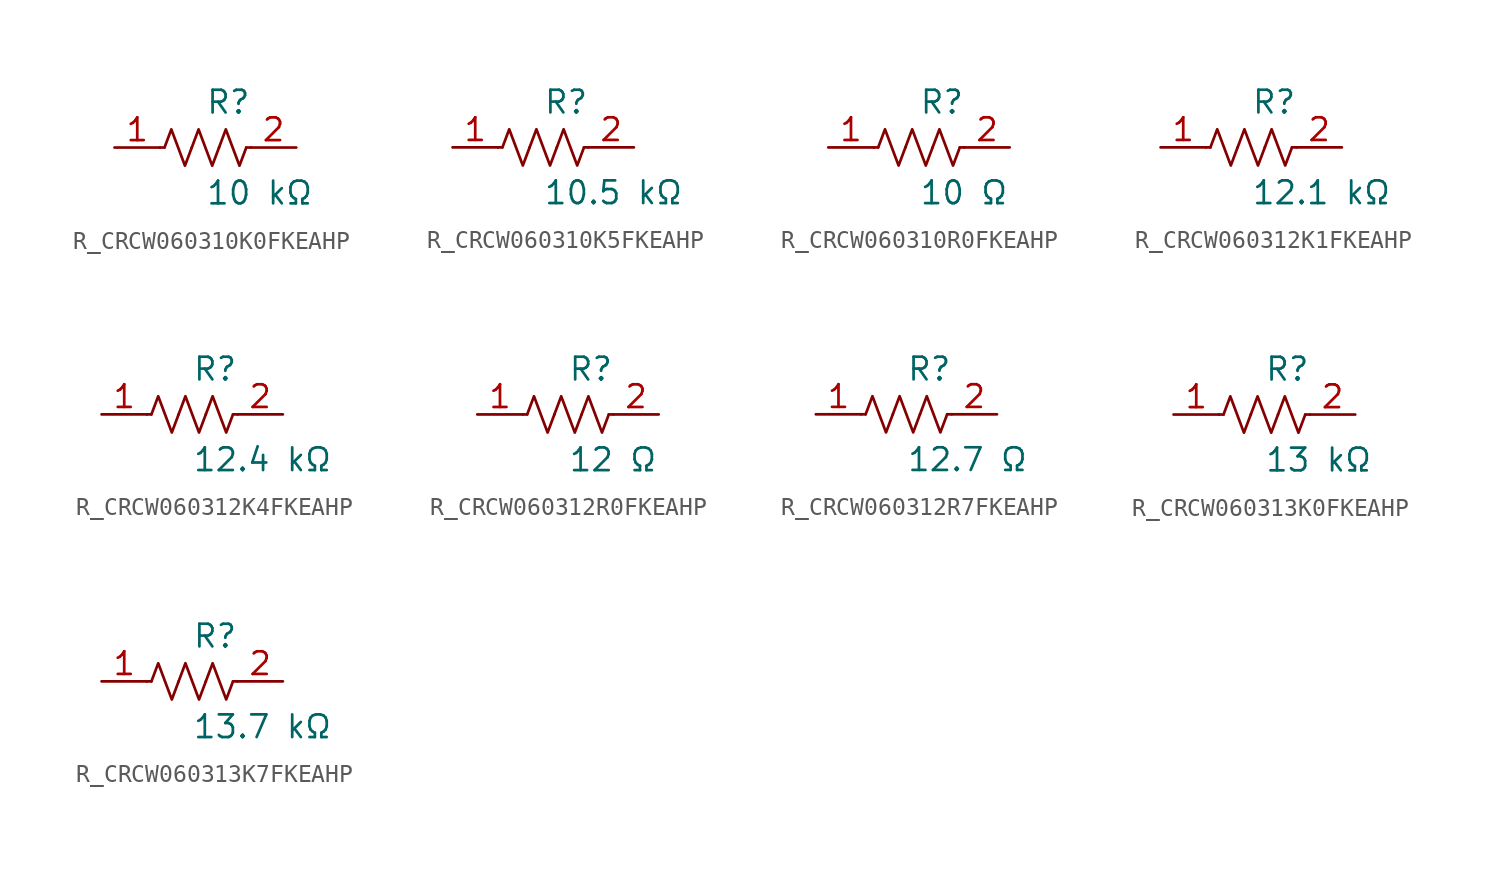
<source format=kicad_sym>
(kicad_symbol_lib
  (version 20231120)
  (generator kicad_symbol_editor)
  (generator_version 8.0)
  (symbol "R_CRCW060310K0FKEAHP"
    (pin_names
      (offset 0.254))
    (property "Reference" "R"
      (at 0.0 2.54 0)
      (effects (font (size 1.27 1.27)) (justify left)))
    (property "Value" "10 kΩ"
      (at 0.0 -2.54 0)
      (effects (font (size 1.27 1.27)) (justify left)))
    (symbol "R_CRCW060310K0FKEAHP_0_1"
      (polyline (pts (xy 2.286 0) (xy 2.54 0)) (stroke (width 0) (type default)) (fill (type none)))
      (polyline (pts (xy -2.286 0) (xy -2.54 0)) (stroke (width 0) (type default)) (fill (type none)))
      (polyline (pts (xy 0.762 0) (xy 1.143 1.016) (xy 1.524 0) (xy 1.905 -1.016) (xy 2.286 0)) (stroke (width 0) (type default)) (fill (type none)))
      (polyline (pts (xy -0.762 0) (xy -0.381 1.016) (xy 0 0) (xy 0.381 -1.016) (xy 0.762 0)) (stroke (width 0) (type default)) (fill (type none)))
      (polyline (pts (xy -2.286 0) (xy -1.905 1.016) (xy -1.524 0) (xy -1.143 -1.016) (xy -0.762 0)) (stroke (width 0) (type default)) (fill (type none))))
    (pin unspecified line
      (at -5.08 0 0)
      (length 2.54)
      (name "" (effects (font (size 1.27 1.27))))
      (number "1" (effects (font (size 1.27 1.27)))))
    (pin unspecified line
      (at 5.08 0 180)
      (length 2.54)
      (name "" (effects (font (size 1.27 1.27))))
      (number "2" (effects (font (size 1.27 1.27))))))
  (symbol "R_CRCW060310K5FKEAHP"
    (pin_names
      (offset 0.254))
    (property "Reference" "R"
      (at 0.0 2.54 0)
      (effects (font (size 1.27 1.27)) (justify left)))
    (property "Value" "10.5 kΩ"
      (at 0.0 -2.54 0)
      (effects (font (size 1.27 1.27)) (justify left)))
    (symbol "R_CRCW060310K5FKEAHP_0_1"
      (polyline (pts (xy 2.286 0) (xy 2.54 0)) (stroke (width 0) (type default)) (fill (type none)))
      (polyline (pts (xy -2.286 0) (xy -2.54 0)) (stroke (width 0) (type default)) (fill (type none)))
      (polyline (pts (xy 0.762 0) (xy 1.143 1.016) (xy 1.524 0) (xy 1.905 -1.016) (xy 2.286 0)) (stroke (width 0) (type default)) (fill (type none)))
      (polyline (pts (xy -0.762 0) (xy -0.381 1.016) (xy 0 0) (xy 0.381 -1.016) (xy 0.762 0)) (stroke (width 0) (type default)) (fill (type none)))
      (polyline (pts (xy -2.286 0) (xy -1.905 1.016) (xy -1.524 0) (xy -1.143 -1.016) (xy -0.762 0)) (stroke (width 0) (type default)) (fill (type none))))
    (pin unspecified line
      (at -5.08 0 0)
      (length 2.54)
      (name "" (effects (font (size 1.27 1.27))))
      (number "1" (effects (font (size 1.27 1.27)))))
    (pin unspecified line
      (at 5.08 0 180)
      (length 2.54)
      (name "" (effects (font (size 1.27 1.27))))
      (number "2" (effects (font (size 1.27 1.27))))))
  (symbol "R_CRCW060310R0FKEAHP"
    (pin_names
      (offset 0.254))
    (property "Reference" "R"
      (at 0.0 2.54 0)
      (effects (font (size 1.27 1.27)) (justify left)))
    (property "Value" "10 Ω"
      (at 0.0 -2.54 0)
      (effects (font (size 1.27 1.27)) (justify left)))
    (symbol "R_CRCW060310R0FKEAHP_0_1"
      (polyline (pts (xy 2.286 0) (xy 2.54 0)) (stroke (width 0) (type default)) (fill (type none)))
      (polyline (pts (xy -2.286 0) (xy -2.54 0)) (stroke (width 0) (type default)) (fill (type none)))
      (polyline (pts (xy 0.762 0) (xy 1.143 1.016) (xy 1.524 0) (xy 1.905 -1.016) (xy 2.286 0)) (stroke (width 0) (type default)) (fill (type none)))
      (polyline (pts (xy -0.762 0) (xy -0.381 1.016) (xy 0 0) (xy 0.381 -1.016) (xy 0.762 0)) (stroke (width 0) (type default)) (fill (type none)))
      (polyline (pts (xy -2.286 0) (xy -1.905 1.016) (xy -1.524 0) (xy -1.143 -1.016) (xy -0.762 0)) (stroke (width 0) (type default)) (fill (type none))))
    (pin unspecified line
      (at -5.08 0 0)
      (length 2.54)
      (name "" (effects (font (size 1.27 1.27))))
      (number "1" (effects (font (size 1.27 1.27)))))
    (pin unspecified line
      (at 5.08 0 180)
      (length 2.54)
      (name "" (effects (font (size 1.27 1.27))))
      (number "2" (effects (font (size 1.27 1.27))))))
  (symbol "R_CRCW060312K1FKEAHP"
    (pin_names
      (offset 0.254))
    (property "Reference" "R"
      (at 0.0 2.54 0)
      (effects (font (size 1.27 1.27)) (justify left)))
    (property "Value" "12.1 kΩ"
      (at 0.0 -2.54 0)
      (effects (font (size 1.27 1.27)) (justify left)))
    (symbol "R_CRCW060312K1FKEAHP_0_1"
      (polyline (pts (xy 2.286 0) (xy 2.54 0)) (stroke (width 0) (type default)) (fill (type none)))
      (polyline (pts (xy -2.286 0) (xy -2.54 0)) (stroke (width 0) (type default)) (fill (type none)))
      (polyline (pts (xy 0.762 0) (xy 1.143 1.016) (xy 1.524 0) (xy 1.905 -1.016) (xy 2.286 0)) (stroke (width 0) (type default)) (fill (type none)))
      (polyline (pts (xy -0.762 0) (xy -0.381 1.016) (xy 0 0) (xy 0.381 -1.016) (xy 0.762 0)) (stroke (width 0) (type default)) (fill (type none)))
      (polyline (pts (xy -2.286 0) (xy -1.905 1.016) (xy -1.524 0) (xy -1.143 -1.016) (xy -0.762 0)) (stroke (width 0) (type default)) (fill (type none))))
    (pin unspecified line
      (at -5.08 0 0)
      (length 2.54)
      (name "" (effects (font (size 1.27 1.27))))
      (number "1" (effects (font (size 1.27 1.27)))))
    (pin unspecified line
      (at 5.08 0 180)
      (length 2.54)
      (name "" (effects (font (size 1.27 1.27))))
      (number "2" (effects (font (size 1.27 1.27))))))
  (symbol "R_CRCW060312K4FKEAHP"
    (pin_names
      (offset 0.254))
    (property "Reference" "R"
      (at 0.0 2.54 0)
      (effects (font (size 1.27 1.27)) (justify left)))
    (property "Value" "12.4 kΩ"
      (at 0.0 -2.54 0)
      (effects (font (size 1.27 1.27)) (justify left)))
    (symbol "R_CRCW060312K4FKEAHP_0_1"
      (polyline (pts (xy 2.286 0) (xy 2.54 0)) (stroke (width 0) (type default)) (fill (type none)))
      (polyline (pts (xy -2.286 0) (xy -2.54 0)) (stroke (width 0) (type default)) (fill (type none)))
      (polyline (pts (xy 0.762 0) (xy 1.143 1.016) (xy 1.524 0) (xy 1.905 -1.016) (xy 2.286 0)) (stroke (width 0) (type default)) (fill (type none)))
      (polyline (pts (xy -0.762 0) (xy -0.381 1.016) (xy 0 0) (xy 0.381 -1.016) (xy 0.762 0)) (stroke (width 0) (type default)) (fill (type none)))
      (polyline (pts (xy -2.286 0) (xy -1.905 1.016) (xy -1.524 0) (xy -1.143 -1.016) (xy -0.762 0)) (stroke (width 0) (type default)) (fill (type none))))
    (pin unspecified line
      (at -5.08 0 0)
      (length 2.54)
      (name "" (effects (font (size 1.27 1.27))))
      (number "1" (effects (font (size 1.27 1.27)))))
    (pin unspecified line
      (at 5.08 0 180)
      (length 2.54)
      (name "" (effects (font (size 1.27 1.27))))
      (number "2" (effects (font (size 1.27 1.27))))))
  (symbol "R_CRCW060312R0FKEAHP"
    (pin_names
      (offset 0.254))
    (property "Reference" "R"
      (at 0.0 2.54 0)
      (effects (font (size 1.27 1.27)) (justify left)))
    (property "Value" "12 Ω"
      (at 0.0 -2.54 0)
      (effects (font (size 1.27 1.27)) (justify left)))
    (symbol "R_CRCW060312R0FKEAHP_0_1"
      (polyline (pts (xy 2.286 0) (xy 2.54 0)) (stroke (width 0) (type default)) (fill (type none)))
      (polyline (pts (xy -2.286 0) (xy -2.54 0)) (stroke (width 0) (type default)) (fill (type none)))
      (polyline (pts (xy 0.762 0) (xy 1.143 1.016) (xy 1.524 0) (xy 1.905 -1.016) (xy 2.286 0)) (stroke (width 0) (type default)) (fill (type none)))
      (polyline (pts (xy -0.762 0) (xy -0.381 1.016) (xy 0 0) (xy 0.381 -1.016) (xy 0.762 0)) (stroke (width 0) (type default)) (fill (type none)))
      (polyline (pts (xy -2.286 0) (xy -1.905 1.016) (xy -1.524 0) (xy -1.143 -1.016) (xy -0.762 0)) (stroke (width 0) (type default)) (fill (type none))))
    (pin unspecified line
      (at -5.08 0 0)
      (length 2.54)
      (name "" (effects (font (size 1.27 1.27))))
      (number "1" (effects (font (size 1.27 1.27)))))
    (pin unspecified line
      (at 5.08 0 180)
      (length 2.54)
      (name "" (effects (font (size 1.27 1.27))))
      (number "2" (effects (font (size 1.27 1.27))))))
  (symbol "R_CRCW060312R7FKEAHP"
    (pin_names
      (offset 0.254))
    (property "Reference" "R"
      (at 0.0 2.54 0)
      (effects (font (size 1.27 1.27)) (justify left)))
    (property "Value" "12.7 Ω"
      (at 0.0 -2.54 0)
      (effects (font (size 1.27 1.27)) (justify left)))
    (symbol "R_CRCW060312R7FKEAHP_0_1"
      (polyline (pts (xy 2.286 0) (xy 2.54 0)) (stroke (width 0) (type default)) (fill (type none)))
      (polyline (pts (xy -2.286 0) (xy -2.54 0)) (stroke (width 0) (type default)) (fill (type none)))
      (polyline (pts (xy 0.762 0) (xy 1.143 1.016) (xy 1.524 0) (xy 1.905 -1.016) (xy 2.286 0)) (stroke (width 0) (type default)) (fill (type none)))
      (polyline (pts (xy -0.762 0) (xy -0.381 1.016) (xy 0 0) (xy 0.381 -1.016) (xy 0.762 0)) (stroke (width 0) (type default)) (fill (type none)))
      (polyline (pts (xy -2.286 0) (xy -1.905 1.016) (xy -1.524 0) (xy -1.143 -1.016) (xy -0.762 0)) (stroke (width 0) (type default)) (fill (type none))))
    (pin unspecified line
      (at -5.08 0 0)
      (length 2.54)
      (name "" (effects (font (size 1.27 1.27))))
      (number "1" (effects (font (size 1.27 1.27)))))
    (pin unspecified line
      (at 5.08 0 180)
      (length 2.54)
      (name "" (effects (font (size 1.27 1.27))))
      (number "2" (effects (font (size 1.27 1.27))))))
  (symbol "R_CRCW060313K0FKEAHP"
    (pin_names
      (offset 0.254))
    (property "Reference" "R"
      (at 0.0 2.54 0)
      (effects (font (size 1.27 1.27)) (justify left)))
    (property "Value" "13 kΩ"
      (at 0.0 -2.54 0)
      (effects (font (size 1.27 1.27)) (justify left)))
    (symbol "R_CRCW060313K0FKEAHP_0_1"
      (polyline (pts (xy 2.286 0) (xy 2.54 0)) (stroke (width 0) (type default)) (fill (type none)))
      (polyline (pts (xy -2.286 0) (xy -2.54 0)) (stroke (width 0) (type default)) (fill (type none)))
      (polyline (pts (xy 0.762 0) (xy 1.143 1.016) (xy 1.524 0) (xy 1.905 -1.016) (xy 2.286 0)) (stroke (width 0) (type default)) (fill (type none)))
      (polyline (pts (xy -0.762 0) (xy -0.381 1.016) (xy 0 0) (xy 0.381 -1.016) (xy 0.762 0)) (stroke (width 0) (type default)) (fill (type none)))
      (polyline (pts (xy -2.286 0) (xy -1.905 1.016) (xy -1.524 0) (xy -1.143 -1.016) (xy -0.762 0)) (stroke (width 0) (type default)) (fill (type none))))
    (pin unspecified line
      (at -5.08 0 0)
      (length 2.54)
      (name "" (effects (font (size 1.27 1.27))))
      (number "1" (effects (font (size 1.27 1.27)))))
    (pin unspecified line
      (at 5.08 0 180)
      (length 2.54)
      (name "" (effects (font (size 1.27 1.27))))
      (number "2" (effects (font (size 1.27 1.27))))))
  (symbol "R_CRCW060313K7FKEAHP"
    (pin_names
      (offset 0.254))
    (property "Reference" "R"
      (at 0.0 2.54 0)
      (effects (font (size 1.27 1.27)) (justify left)))
    (property "Value" "13.7 kΩ"
      (at 0.0 -2.54 0)
      (effects (font (size 1.27 1.27)) (justify left)))
    (symbol "R_CRCW060313K7FKEAHP_0_1"
      (polyline (pts (xy 2.286 0) (xy 2.54 0)) (stroke (width 0) (type default)) (fill (type none)))
      (polyline (pts (xy -2.286 0) (xy -2.54 0)) (stroke (width 0) (type default)) (fill (type none)))
      (polyline (pts (xy 0.762 0) (xy 1.143 1.016) (xy 1.524 0) (xy 1.905 -1.016) (xy 2.286 0)) (stroke (width 0) (type default)) (fill (type none)))
      (polyline (pts (xy -0.762 0) (xy -0.381 1.016) (xy 0 0) (xy 0.381 -1.016) (xy 0.762 0)) (stroke (width 0) (type default)) (fill (type none)))
      (polyline (pts (xy -2.286 0) (xy -1.905 1.016) (xy -1.524 0) (xy -1.143 -1.016) (xy -0.762 0)) (stroke (width 0) (type default)) (fill (type none))))
    (pin unspecified line
      (at -5.08 0 0)
      (length 2.54)
      (name "" (effects (font (size 1.27 1.27))))
      (number "1" (effects (font (size 1.27 1.27)))))
    (pin unspecified line
      (at 5.08 0 180)
      (length 2.54)
      (name "" (effects (font (size 1.27 1.27))))
      (number "2" (effects (font (size 1.27 1.27)))))))
</source>
